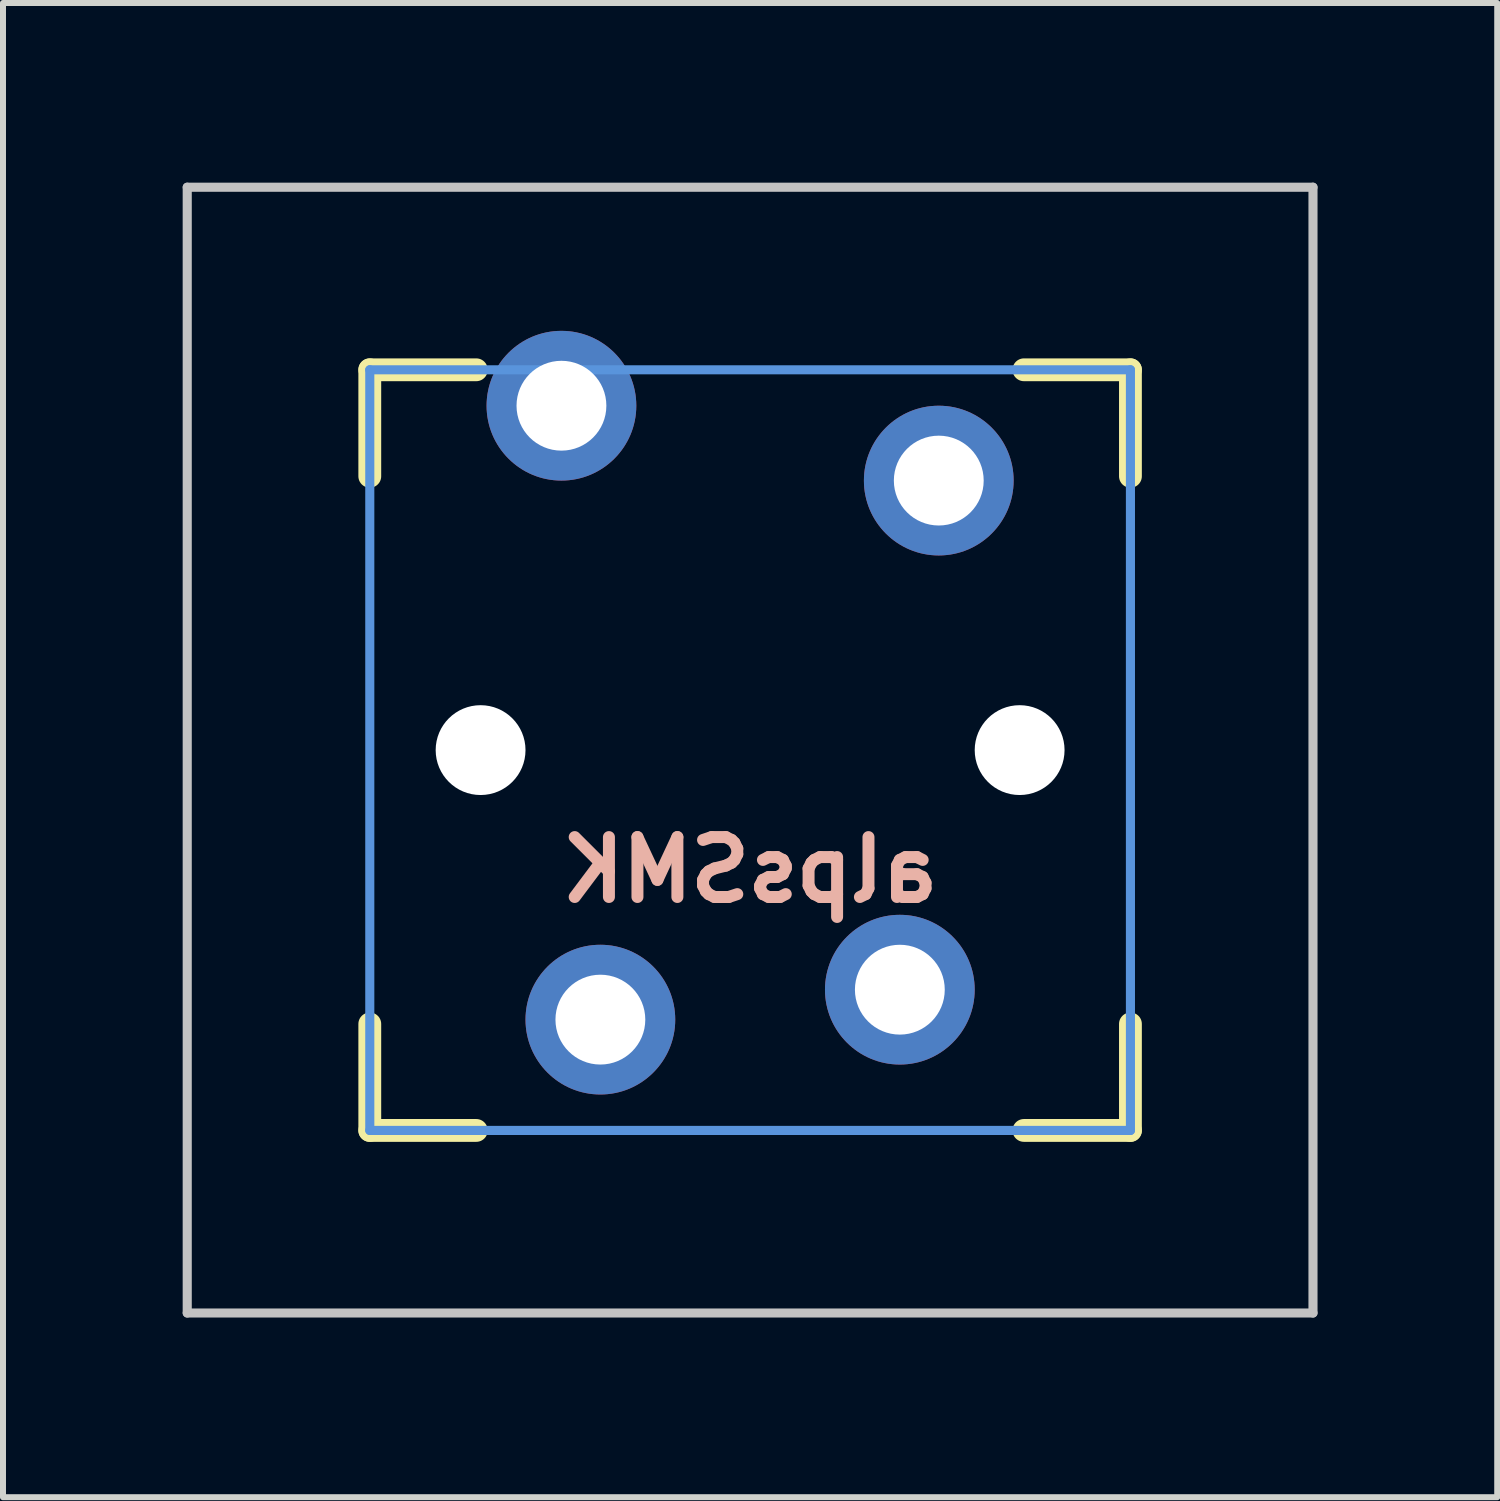
<source format=kicad_pcb>
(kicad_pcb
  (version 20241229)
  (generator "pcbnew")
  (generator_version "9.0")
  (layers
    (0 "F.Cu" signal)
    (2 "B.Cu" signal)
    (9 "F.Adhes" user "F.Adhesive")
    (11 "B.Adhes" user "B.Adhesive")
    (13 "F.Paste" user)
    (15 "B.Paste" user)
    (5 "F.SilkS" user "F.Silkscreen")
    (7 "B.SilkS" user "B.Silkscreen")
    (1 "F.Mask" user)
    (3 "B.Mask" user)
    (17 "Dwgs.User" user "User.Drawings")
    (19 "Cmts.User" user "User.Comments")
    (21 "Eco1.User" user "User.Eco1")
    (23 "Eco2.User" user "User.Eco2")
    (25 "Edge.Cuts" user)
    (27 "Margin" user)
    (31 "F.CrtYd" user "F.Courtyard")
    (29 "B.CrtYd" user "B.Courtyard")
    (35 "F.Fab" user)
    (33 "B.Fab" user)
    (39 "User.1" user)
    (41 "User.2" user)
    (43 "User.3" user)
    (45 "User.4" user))
  (footprint "alpsSMK"
    (layer "F.Cu")
    (at 9.474 9.474)
    (property "Reference" "alpsSMK" (at 0 2 0) (layer "B.SilkS") (effects (font (size 1 1) (thickness 0.2)) (justify mirror)))
    (attr through_hole)
    (fp_line (start -6.35 -6.35) (end -4.572 -6.35) (stroke (width 0.381) (type solid)) (layer "F.SilkS"))
    (fp_line (start -6.35 -4.572) (end -6.35 -6.35) (stroke (width 0.381) (type solid)) (layer "F.SilkS"))
    (fp_line (start -6.35 6.35) (end -6.35 4.572) (stroke (width 0.381) (type solid)) (layer "F.SilkS"))
    (fp_line (start -4.572 6.35) (end -6.35 6.35) (stroke (width 0.381) (type solid)) (layer "F.SilkS"))
    (fp_line (start 4.572 -6.35) (end 6.35 -6.35) (stroke (width 0.381) (type solid)) (layer "F.SilkS"))
    (fp_line (start 6.35 -6.35) (end 6.35 -4.572) (stroke (width 0.381) (type solid)) (layer "F.SilkS"))
    (fp_line (start 6.35 4.572) (end 6.35 6.35) (stroke (width 0.381) (type solid)) (layer "F.SilkS"))
    (fp_line (start 6.35 6.35) (end 4.572 6.35) (stroke (width 0.381) (type solid)) (layer "F.SilkS"))
    (fp_line (start -9.398 -9.398) (end 9.398 -9.398) (stroke (width 0.152) (type solid)) (layer "Dwgs.User"))
    (fp_line (start -9.398 9.398) (end -9.398 -9.398) (stroke (width 0.152) (type solid)) (layer "Dwgs.User"))
    (fp_line (start 9.398 -9.398) (end 9.398 9.398) (stroke (width 0.152) (type solid)) (layer "Dwgs.User"))
    (fp_line (start 9.398 9.398) (end -9.398 9.398) (stroke (width 0.152) (type solid)) (layer "Dwgs.User"))
    (fp_line (start -6.35 -6.35) (end 6.35 -6.35) (stroke (width 0.152) (type solid)) (layer "Cmts.User"))
    (fp_line (start -6.35 6.35) (end -6.35 -6.35) (stroke (width 0.152) (type solid)) (layer "Cmts.User"))
    (fp_line (start 6.35 -6.35) (end 6.35 6.35) (stroke (width 0.152) (type solid)) (layer "Cmts.User"))
    (fp_line (start 6.35 6.35) (end -6.35 6.35) (stroke (width 0.152) (type solid)) (layer "Cmts.User"))
    (fp_line (start -7.75 -6.4) (end -6.985 -6.4) (stroke (width 0.152) (type solid)) (layer "Eco2.User"))
    (fp_line (start -7.75 6.4) (end -7.75 -6.4) (stroke (width 0.152) (type solid)) (layer "Eco2.User"))
    (fp_line (start -7.75 6.4) (end -6.985 6.4) (stroke (width 0.152) (type solid)) (layer "Eco2.User"))
    (fp_line (start -6.985 -6.985) (end 6.985 -6.985) (stroke (width 0.152) (type solid)) (layer "Eco2.User"))
    (fp_line (start -6.985 -6.4) (end -6.985 -6.985) (stroke (width 0.152) (type solid)) (layer "Eco2.User"))
    (fp_line (start -6.985 6.4) (end -6.985 6.985) (stroke (width 0.152) (type solid)) (layer "Eco2.User"))
    (fp_line (start 6.985 -6.4) (end 6.985 -6.985) (stroke (width 0.152) (type solid)) (layer "Eco2.User"))
    (fp_line (start 6.985 6.4) (end 7.75 6.4) (stroke (width 0.152) (type solid)) (layer "Eco2.User"))
    (fp_line (start 6.985 6.985) (end -6.985 6.985) (stroke (width 0.152) (type solid)) (layer "Eco2.User"))
    (fp_line (start 6.985 6.985) (end 6.985 6.4) (stroke (width 0.152) (type solid)) (layer "Eco2.User"))
    (fp_line (start 7.75 -6.4) (end 6.985 -6.4) (stroke (width 0.152) (type solid)) (layer "Eco2.User"))
    (fp_line (start 7.75 6.4) (end 7.75 -6.4) (stroke (width 0.152) (type solid)) (layer "Eco2.User"))
    (pad "" np_thru_hole circle (at -4.5 0) (size 1.5 1.5) (drill 1.5) (layers "*.Cu" "*.Mask"))
    (pad "" np_thru_hole circle (at 4.5 0) (size 1.5 1.5) (drill 1.5) (layers "*.Cu" "*.Mask"))
    (pad "SW1" thru_hole circle (at -3.15 -5.75) (size 2.5 2.5) (drill 1.5) (layers "*.Cu" "*.Mask"))
    (pad "SW1" thru_hole circle (at -2.5 4.5) (size 2.5 2.5) (drill 1.5) (layers "*.Cu" "*.Mask"))
    (pad "SW2" thru_hole circle (at 2.5 4) (size 2.5 2.5) (drill 1.5) (layers "*.Cu" "*.Mask"))
    (pad "SW2" thru_hole circle (at 3.15 -4.5) (size 2.5 2.5) (drill 1.5) (layers "*.Cu" "*.Mask")))
  (gr_rect
    (start -3 -3)
    (end 21.948 21.948)
    (stroke (width 0.1) (type default))
    (fill no)
    (layer "Edge.Cuts")))
</source>
